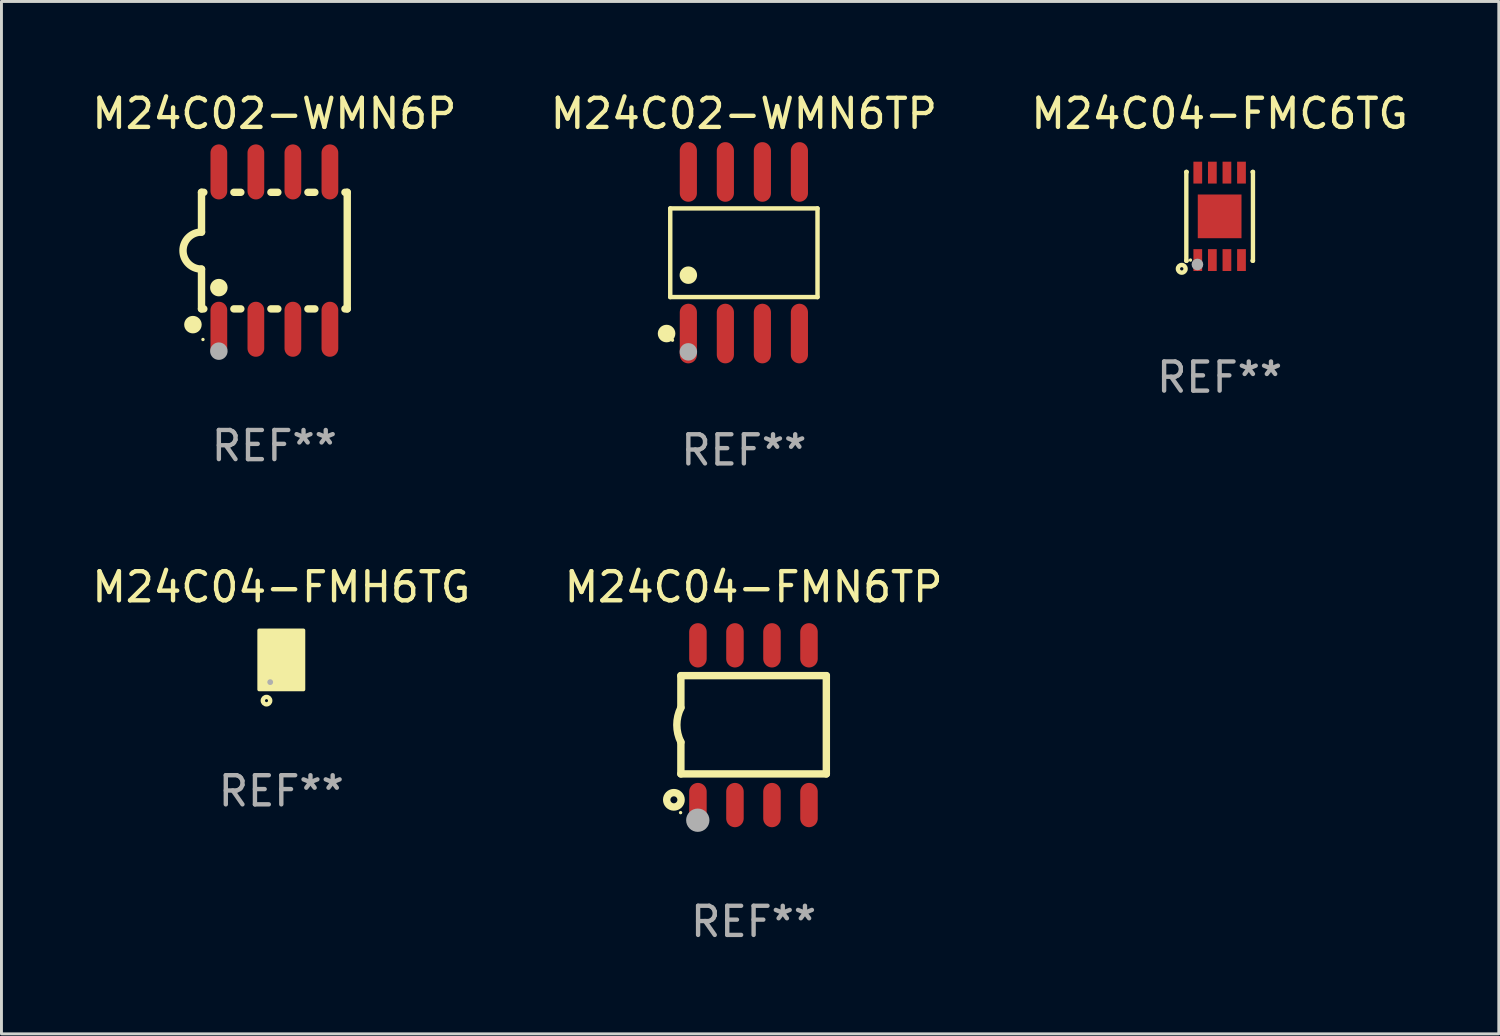
<source format=kicad_pcb>
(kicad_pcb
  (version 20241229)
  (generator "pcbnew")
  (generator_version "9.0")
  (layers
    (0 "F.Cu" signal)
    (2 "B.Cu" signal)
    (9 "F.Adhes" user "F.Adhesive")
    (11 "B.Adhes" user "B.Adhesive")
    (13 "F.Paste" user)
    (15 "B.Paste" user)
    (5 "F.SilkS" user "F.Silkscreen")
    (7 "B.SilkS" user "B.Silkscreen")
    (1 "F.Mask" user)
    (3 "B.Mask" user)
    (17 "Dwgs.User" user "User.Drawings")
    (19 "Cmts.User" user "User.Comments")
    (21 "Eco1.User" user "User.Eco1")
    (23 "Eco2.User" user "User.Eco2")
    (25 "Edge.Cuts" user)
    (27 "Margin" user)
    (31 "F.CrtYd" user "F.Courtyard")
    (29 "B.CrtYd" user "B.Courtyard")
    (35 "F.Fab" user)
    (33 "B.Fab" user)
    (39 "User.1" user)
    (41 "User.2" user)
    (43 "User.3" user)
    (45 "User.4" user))
  (footprint "M24C04-FMH6TG"
    (layer "F.Cu")
    (at 6.601 19.59)
    (property "Reference" "M24C04-FMH6TG" (at 0 -2.5 0) (layer "F.SilkS") (effects (font (size 1 1) (thickness 0.15))))
    (attr through_hole)
    (fp_circle (center -0.7 0.85) (end -0.67 0.85) (stroke (width 0.06) (type solid)) (fill no) (layer "F.SilkS"))
    (fp_circle (center -0.508 1.397) (end -0.381 1.397) (stroke (width 0.15) (type solid)) (fill no) (layer "F.SilkS"))
    (fp_poly (pts (xy -0.762 -1.016) (xy 0.762 -1.016) (xy 0.762 1.016) (xy -0.762 1.016)) (stroke (width 0.12) (type solid)) (fill yes) (layer "F.SilkS"))
    (fp_circle (center -0.381 0.762) (end -0.331 0.762) (stroke (width 0.1) (type solid)) (fill no) (layer "F.Fab"))
    (fp_text user "REF**" (at 0 4.5 0) (layer "F.Fab") (effects (font (size 1 1) (thickness 0.15))))
    (pad "1" smd rect (at -0.4 0.5 90) (size 0.6 0.2) (layers "F.Cu" "F.Mask" "F.Paste"))
    (pad "2" smd rect (at 0 0.000127 90) (size 1.6 0.2) (layers "F.Cu" "F.Mask" "F.Paste"))
    (pad "3" smd rect (at 0.4 0.5 90) (size 0.6 0.2) (layers "F.Cu" "F.Mask" "F.Paste"))
    (pad "4" smd rect (at 0.4 -0.5 90) (size 0.6 0.2) (layers "F.Cu" "F.Mask" "F.Paste"))
    (pad "5" smd rect (at -0.4 -0.5 90) (size 0.6 0.2) (layers "F.Cu" "F.Mask" "F.Paste")))
  (footprint "M24C02-WMN6TP"
    (layer "F.Cu")
    (at 22.47 5.621)
    (property "Reference" "M24C02-WMN6TP" (at 0 -4.772 0) (layer "F.SilkS") (effects (font (size 1 1) (thickness 0.15))))
    (attr through_hole)
    (fp_line (start -2.526 -1.521) (end 2.526 -1.521) (stroke (width 0.152) (type solid)) (layer "F.SilkS"))
    (fp_line (start -2.526 1.521) (end -2.526 -1.521) (stroke (width 0.152) (type solid)) (layer "F.SilkS"))
    (fp_line (start 2.526 -1.521) (end 2.526 1.521) (stroke (width 0.152) (type solid)) (layer "F.SilkS"))
    (fp_line (start 2.526 1.521) (end -2.526 1.521) (stroke (width 0.152) (type solid)) (layer "F.SilkS"))
    (fp_circle (center -2.652 2.772) (end -2.501 2.772) (stroke (width 0.3) (type solid)) (fill no) (layer "F.SilkS"))
    (fp_circle (center -2.45 3) (end -2.42 3) (stroke (width 0.06) (type solid)) (fill no) (layer "F.SilkS"))
    (fp_circle (center -1.905 0.769) (end -1.755 0.769) (stroke (width 0.3) (type solid)) (fill no) (layer "F.SilkS"))
    (fp_circle (center -1.905 3.4) (end -1.755 3.4) (stroke (width 0.3) (type solid)) (fill no) (layer "F.Fab"))
    (fp_text user "REF**" (at 0 6.772 0) (layer "F.Fab") (effects (font (size 1 1) (thickness 0.15))))
    (pad "1" smd oval (at -1.905 2.772) (size 0.588 2.045) (layers "F.Cu" "F.Mask" "F.Paste"))
    (pad "2" smd oval (at -0.635 2.772) (size 0.588 2.045) (layers "F.Cu" "F.Mask" "F.Paste"))
    (pad "3" smd oval (at 0.635 2.772) (size 0.588 2.045) (layers "F.Cu" "F.Mask" "F.Paste"))
    (pad "4" smd oval (at 1.905 2.772) (size 0.588 2.045) (layers "F.Cu" "F.Mask" "F.Paste"))
    (pad "5" smd oval (at 1.905 -2.772) (size 0.588 2.045) (layers "F.Cu" "F.Mask" "F.Paste"))
    (pad "6" smd oval (at 0.635 -2.772) (size 0.588 2.045) (layers "F.Cu" "F.Mask" "F.Paste"))
    (pad "7" smd oval (at -0.635 -2.772) (size 0.588 2.045) (layers "F.Cu" "F.Mask" "F.Paste"))
    (pad "8" smd oval (at -1.905 -2.772) (size 0.588 2.045) (layers "F.Cu" "F.Mask" "F.Paste")))
  (footprint "M24C02-WMN6P"
    (layer "F.Cu")
    (at 6.363 5.547)
    (property "Reference" "M24C02-WMN6P" (at 0 -4.699 0) (layer "F.SilkS") (effects (font (size 1 1) (thickness 0.15))))
    (attr through_hole)
    (fp_line (start -2.5 -2) (end -2.5 -0.635) (stroke (width 0.254) (type solid)) (layer "F.SilkS"))
    (fp_line (start -2.5 -2) (end -2.421 -2) (stroke (width 0.254) (type solid)) (layer "F.SilkS"))
    (fp_line (start -2.5 2) (end -2.5 0.635) (stroke (width 0.254) (type solid)) (layer "F.SilkS"))
    (fp_line (start -2.5 2) (end -2.421 2) (stroke (width 0.254) (type solid)) (layer "F.SilkS"))
    (fp_line (start -1.389 -2) (end -1.151 -2) (stroke (width 0.254) (type solid)) (layer "F.SilkS"))
    (fp_line (start -1.389 2) (end -1.151 2) (stroke (width 0.254) (type solid)) (layer "F.SilkS"))
    (fp_line (start -0.119 -2) (end 0.119 -2) (stroke (width 0.254) (type solid)) (layer "F.SilkS"))
    (fp_line (start -0.119 2) (end 0.119 2) (stroke (width 0.254) (type solid)) (layer "F.SilkS"))
    (fp_line (start 1.151 -2) (end 1.389 -2) (stroke (width 0.254) (type solid)) (layer "F.SilkS"))
    (fp_line (start 1.151 2) (end 1.389 2) (stroke (width 0.254) (type solid)) (layer "F.SilkS"))
    (fp_line (start 2.421 -2) (end 2.5 -2) (stroke (width 0.254) (type solid)) (layer "F.SilkS"))
    (fp_line (start 2.421 2) (end 2.5 2) (stroke (width 0.254) (type solid)) (layer "F.SilkS"))
    (fp_line (start 2.5 -2) (end 2.5 2) (stroke (width 0.254) (type solid)) (layer "F.SilkS"))
    (fp_arc (start -2.5 0.635001) (mid -3.134366 -0.000318) (end -2.499365 -0.635001) (stroke (width 0.254001) (type solid)) (layer "F.SilkS"))
    (fp_circle (center -2.794 2.54) (end -2.644 2.54) (stroke (width 0.3) (type solid)) (fill no) (layer "F.SilkS"))
    (fp_circle (center -2.45 3.05) (end -2.42 3.05) (stroke (width 0.06) (type solid)) (fill no) (layer "F.SilkS"))
    (fp_circle (center -1.905 1.27) (end -1.755 1.27) (stroke (width 0.3) (type solid)) (fill no) (layer "F.SilkS"))
    (fp_circle (center -1.905 3.45) (end -1.755 3.45) (stroke (width 0.3) (type solid)) (fill no) (layer "F.Fab"))
    (fp_text user "REF**" (at 0 6.699 0) (layer "F.Fab") (effects (font (size 1 1) (thickness 0.15))))
    (pad "1" smd oval (at -1.905 2.699) (size 0.574 1.888) (layers "F.Cu" "F.Mask" "F.Paste"))
    (pad "2" smd oval (at -0.635 2.699) (size 0.574 1.888) (layers "F.Cu" "F.Mask" "F.Paste"))
    (pad "3" smd oval (at 0.635 2.699) (size 0.574 1.888) (layers "F.Cu" "F.Mask" "F.Paste"))
    (pad "4" smd oval (at 1.905 2.699) (size 0.574 1.888) (layers "F.Cu" "F.Mask" "F.Paste"))
    (pad "5" smd oval (at 1.905 -2.699) (size 0.574 1.888) (layers "F.Cu" "F.Mask" "F.Paste"))
    (pad "6" smd oval (at 0.635 -2.699) (size 0.574 1.888) (layers "F.Cu" "F.Mask" "F.Paste"))
    (pad "7" smd oval (at -0.635 -2.699) (size 0.574 1.888) (layers "F.Cu" "F.Mask" "F.Paste"))
    (pad "8" smd oval (at -1.905 -2.699) (size 0.574 1.888) (layers "F.Cu" "F.Mask" "F.Paste")))
  (footprint "M24C04-FMC6TG"
    (layer "F.Cu")
    (at 38.792 4.372)
    (property "Reference" "M24C04-FMC6TG" (at 0 -3.524 0) (layer "F.SilkS") (effects (font (size 1 1) (thickness 0.15))))
    (attr through_hole)
    (fp_line (start -1.143 -1.524) (end -1.143 1.524) (stroke (width 0.15) (type solid)) (layer "F.SilkS"))
    (fp_line (start -1.143 1.524) (end -1.129 1.524) (stroke (width 0.15) (type solid)) (layer "F.SilkS"))
    (fp_line (start -1.129 -1.524) (end -1.143 -1.524) (stroke (width 0.15) (type solid)) (layer "F.SilkS"))
    (fp_line (start 1.129 1.524) (end 1.143 1.524) (stroke (width 0.15) (type solid)) (layer "F.SilkS"))
    (fp_line (start 1.143 -1.524) (end 1.129 -1.524) (stroke (width 0.15) (type solid)) (layer "F.SilkS"))
    (fp_line (start 1.143 1.524) (end 1.143 -1.524) (stroke (width 0.15) (type solid)) (layer "F.SilkS"))
    (fp_circle (center -1.3 1.8) (end -1.243 1.8) (stroke (width 0.15) (type solid)) (fill no) (layer "F.SilkS"))
    (fp_circle (center -1 1.5) (end -0.97 1.5) (stroke (width 0.06) (type solid)) (fill no) (layer "F.SilkS"))
    (fp_circle (center -0.762 1.651) (end -0.662 1.651) (stroke (width 0.2) (type solid)) (fill no) (layer "F.Fab"))
    (fp_text user "REF**" (at 0 5.524 0) (layer "F.Fab") (effects (font (size 1 1) (thickness 0.15))))
    (pad "1" smd rect (at -0.75 1.5 90) (size 0.75 0.3) (layers "F.Cu" "F.Mask" "F.Paste"))
    (pad "2" smd rect (at -0.25 1.5 90) (size 0.75 0.3) (layers "F.Cu" "F.Mask" "F.Paste"))
    (pad "3" smd rect (at 0.25 1.5 90) (size 0.75 0.3) (layers "F.Cu" "F.Mask" "F.Paste"))
    (pad "4" smd rect (at 0.75 1.5 90) (size 0.75 0.3) (layers "F.Cu" "F.Mask" "F.Paste"))
    (pad "5" smd rect (at 0.75 -1.5 90) (size 0.75 0.3) (layers "F.Cu" "F.Mask" "F.Paste"))
    (pad "6" smd rect (at 0.25 -1.5 90) (size 0.75 0.3) (layers "F.Cu" "F.Mask" "F.Paste"))
    (pad "7" smd rect (at -0.25 -1.5 90) (size 0.75 0.3) (layers "F.Cu" "F.Mask" "F.Paste"))
    (pad "8" smd rect (at -0.75 -1.5 90) (size 0.75 0.3) (layers "F.Cu" "F.Mask" "F.Paste"))
    (pad "9" smd rect (at -0.000203 0.000457 90) (size 1.5 1.5) (layers "F.Cu" "F.Mask" "F.Paste")))
  (footprint "M24C04-FMN6TP"
    (layer "F.Cu")
    (at 22.804 21.829)
    (property "Reference" "M24C04-FMN6TP" (at 0 -4.74 0) (layer "F.SilkS") (effects (font (size 1 1) (thickness 0.15))))
    (attr through_hole)
    (fp_line (start -2.495 -1.7) (end 2.495 -1.7) (stroke (width 0.254) (type solid)) (layer "F.SilkS"))
    (fp_line (start -2.495 -0.6) (end -2.495 -1.7) (stroke (width 0.254) (type solid)) (layer "F.SilkS"))
    (fp_line (start -2.495 1.671) (end -2.495 0.58) (stroke (width 0.254) (type solid)) (layer "F.SilkS"))
    (fp_line (start 2.495 -1.7) (end 2.495 1.671) (stroke (width 0.254) (type solid)) (layer "F.SilkS"))
    (fp_line (start 2.495 1.671) (end -2.495 1.671) (stroke (width 0.254) (type solid)) (layer "F.SilkS"))
    (fp_arc (start -2.495009 0.58001) (mid -2.634112 -0.009995) (end -2.495009 -0.6) (stroke (width 0.254001) (type solid)) (layer "F.SilkS"))
    (fp_circle (center -2.735 2.56) (end -2.615 2.56) (stroke (width 0.254) (type solid)) (fill no) (layer "F.SilkS"))
    (fp_circle (center -2.505 3) (end -2.475 3) (stroke (width 0.06) (type solid)) (fill no) (layer "F.SilkS"))
    (fp_circle (center -1.915 3.26) (end -1.715 3.26) (stroke (width 0.4) (type solid)) (fill no) (layer "F.Fab"))
    (fp_text user "REF**" (at 0 6.74 0) (layer "F.Fab") (effects (font (size 1 1) (thickness 0.15))))
    (pad "1" smd oval (at -1.91 2.74) (size 0.6 1.52) (layers "F.Cu" "F.Mask" "F.Paste"))
    (pad "2" smd oval (at -0.64 2.74) (size 0.6 1.52) (layers "F.Cu" "F.Mask" "F.Paste"))
    (pad "3" smd oval (at 0.63 2.74) (size 0.6 1.52) (layers "F.Cu" "F.Mask" "F.Paste"))
    (pad "4" smd oval (at 1.9 2.74) (size 0.6 1.52) (layers "F.Cu" "F.Mask" "F.Paste"))
    (pad "5" smd oval (at 1.9 -2.74) (size 0.6 1.52) (layers "F.Cu" "F.Mask" "F.Paste"))
    (pad "6" smd oval (at 0.63 -2.74) (size 0.6 1.52) (layers "F.Cu" "F.Mask" "F.Paste"))
    (pad "7" smd oval (at -0.64 -2.74) (size 0.6 1.52) (layers "F.Cu" "F.Mask" "F.Paste"))
    (pad "8" smd oval (at -1.91 -2.74) (size 0.6 1.52) (layers "F.Cu" "F.Mask" "F.Paste")))
  (gr_rect
    (start -3 -3)
    (end 48.369 32.418)
    (stroke (width 0.1) (type default))
    (fill no)
    (layer "Edge.Cuts")))
</source>
